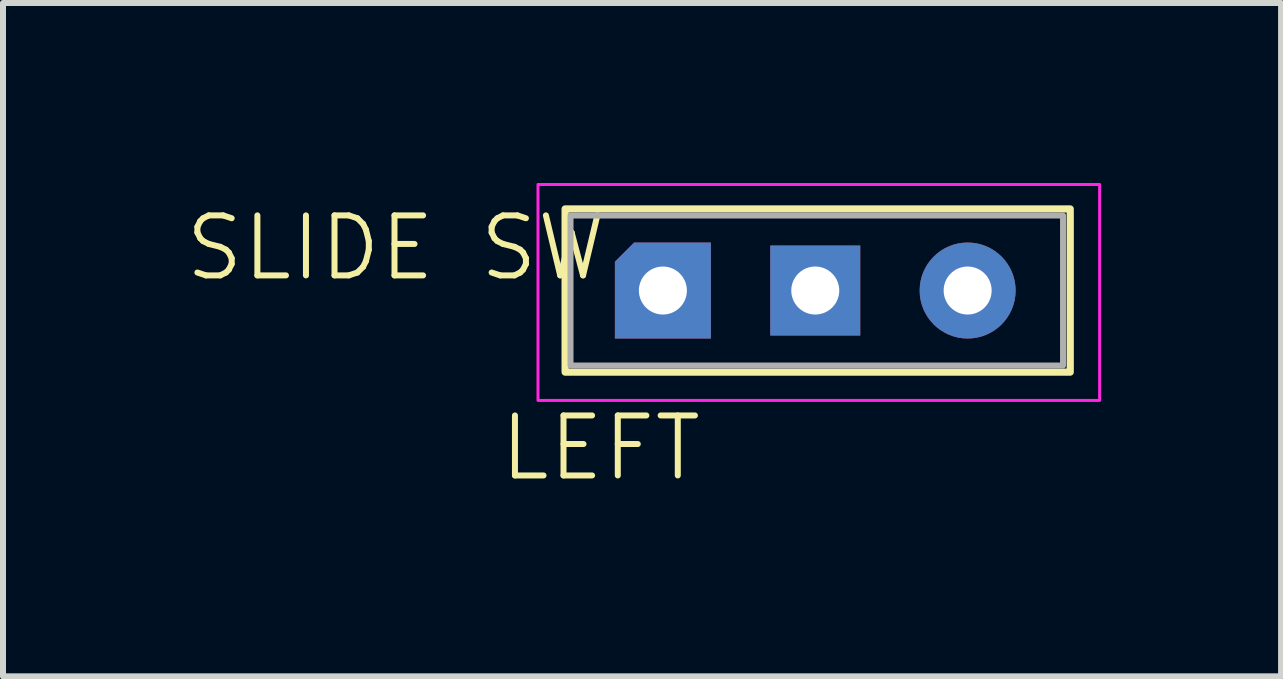
<source format=kicad_pcb>
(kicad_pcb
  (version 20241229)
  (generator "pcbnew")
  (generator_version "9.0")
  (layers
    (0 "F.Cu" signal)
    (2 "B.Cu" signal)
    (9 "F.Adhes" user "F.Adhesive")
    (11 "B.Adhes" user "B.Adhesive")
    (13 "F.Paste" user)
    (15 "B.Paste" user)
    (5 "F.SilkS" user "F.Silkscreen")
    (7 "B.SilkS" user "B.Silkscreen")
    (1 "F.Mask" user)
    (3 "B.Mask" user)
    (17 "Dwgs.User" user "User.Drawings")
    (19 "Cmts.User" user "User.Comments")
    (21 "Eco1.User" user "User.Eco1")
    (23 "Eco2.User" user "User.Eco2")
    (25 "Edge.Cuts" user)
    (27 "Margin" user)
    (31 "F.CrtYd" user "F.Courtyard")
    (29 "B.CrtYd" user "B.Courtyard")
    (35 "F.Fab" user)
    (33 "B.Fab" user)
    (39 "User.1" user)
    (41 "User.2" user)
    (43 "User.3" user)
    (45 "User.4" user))
  (footprint "SLIDE SW"
    (layer "F.Cu")
    (at 10.49 4.873)
    (property "Reference" "SLIDE SW" (at -6.94 -3.79 0) (unlocked yes) (layer "F.SilkS") (effects (font (size 1 1) (thickness 0.1))))
    (attr through_hole)
    (fp_rect (start -4.12 -4.44) (end 4.3 -1.72) (stroke (width 0.12) (type default)) (fill no) (layer "F.SilkS"))
    (fp_rect (start -4.572 -4.848) (end 4.79 -1.248) (stroke (width 0.05) (type default)) (fill no) (layer "F.CrtYd"))
    (fp_rect (start -4.03 -4.33) (end 4.18 -1.83) (stroke (width 0.1) (type default)) (fill no) (layer "F.Fab"))
    (fp_text user "LEFT" (at -5.26 0.13 0) (unlocked yes) (layer "F.SilkS") (effects (font (size 1 1) (thickness 0.1)) (justify left bottom)))
    (pad "1" thru_hole roundrect (at -2.49 -3.08) (size 1.6 1.6) (drill 0.8) (layers "*.Cu" "*.Mask") (roundrect_rratio 0) (chamfer_ratio 0.2) (chamfer top_left))
    (pad "2" thru_hole rect (at 0.05 -3.08) (size 1.5 1.5) (drill 0.8) (layers "*.Cu" "*.Mask"))
    (pad "3" thru_hole circle (at 2.59 -3.08) (size 1.6 1.6) (drill 0.8) (layers "*.Cu" "*.Mask")))
  (gr_rect
    (start -3 -3)
    (end 18.305 8.224)
    (stroke (width 0.1) (type default))
    (fill no)
    (layer "Edge.Cuts")))
</source>
